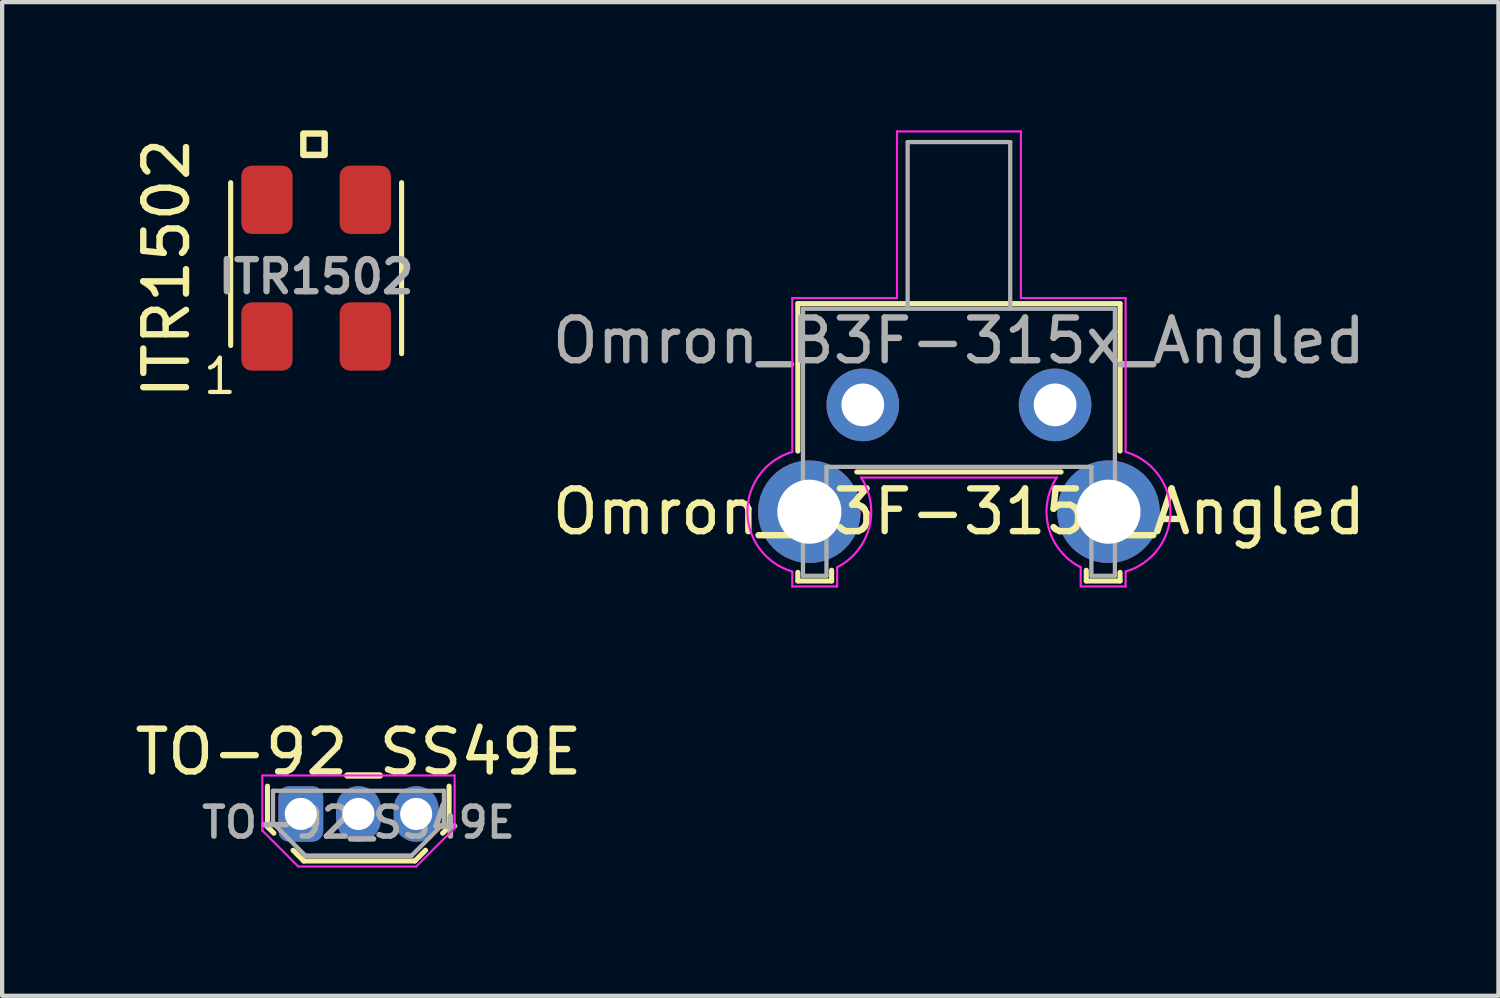
<source format=kicad_pcb>
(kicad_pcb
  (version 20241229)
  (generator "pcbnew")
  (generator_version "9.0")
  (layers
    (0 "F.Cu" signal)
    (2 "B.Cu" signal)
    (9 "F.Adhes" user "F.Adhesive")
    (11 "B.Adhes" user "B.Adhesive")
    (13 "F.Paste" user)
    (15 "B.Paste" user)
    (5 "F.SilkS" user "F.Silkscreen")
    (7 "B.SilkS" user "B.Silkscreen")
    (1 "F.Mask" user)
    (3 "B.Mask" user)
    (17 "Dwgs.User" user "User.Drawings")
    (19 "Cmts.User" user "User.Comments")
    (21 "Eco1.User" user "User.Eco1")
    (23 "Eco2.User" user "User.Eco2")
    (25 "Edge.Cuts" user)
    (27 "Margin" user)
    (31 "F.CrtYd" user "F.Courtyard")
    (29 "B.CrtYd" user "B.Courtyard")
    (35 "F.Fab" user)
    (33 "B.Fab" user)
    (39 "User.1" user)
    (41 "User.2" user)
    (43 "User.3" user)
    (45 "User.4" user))
  (footprint "TO-92_SS49E"
    (layer "F.Cu")
    (at 5.339 15.998)
    (property "Reference" "TO-92_SS49E" (at 0 -1.45 0) (layer "F.SilkS") (effects (font (size 1 1) (thickness 0.15))))
    (attr through_hole)
    (fp_line (start -2.13 0.3) (end -2.13 -0.65) (stroke (width 0.12) (type solid)) (layer "F.SilkS"))
    (fp_line (start -1.98 0.45) (end -2.13 0.3) (stroke (width 0.12) (type solid)) (layer "F.SilkS"))
    (fp_line (start -1.28 1.1) (end -1.53 0.85) (stroke (width 0.12) (type solid)) (layer "F.SilkS"))
    (fp_line (start -1.28 1.1) (end 1.32 1.1) (stroke (width 0.12) (type solid)) (layer "F.SilkS"))
    (fp_line (start 1.32 1.1) (end 1.57 0.85) (stroke (width 0.12) (type solid)) (layer "F.SilkS"))
    (fp_line (start 1.97 0.45) (end 2.12 0.3) (stroke (width 0.12) (type solid)) (layer "F.SilkS"))
    (fp_line (start 2.12 -0.65) (end 2.12 0.3) (stroke (width 0.12) (type solid)) (layer "F.SilkS"))
    (fp_line (start -2.25 -0.9) (end 2.25 -0.9) (stroke (width 0.05) (type solid)) (layer "F.CrtYd"))
    (fp_line (start -2.25 0.39) (end -2.25 -0.9) (stroke (width 0.05) (type solid)) (layer "F.CrtYd"))
    (fp_line (start -1.41 1.23) (end -2.25 0.39) (stroke (width 0.05) (type solid)) (layer "F.CrtYd"))
    (fp_line (start 1.35 1.23) (end -1.41 1.23) (stroke (width 0.05) (type solid)) (layer "F.CrtYd"))
    (fp_line (start 2.25 -0.9) (end 2.25 0.33) (stroke (width 0.05) (type solid)) (layer "F.CrtYd"))
    (fp_line (start 2.25 0.33) (end 1.35 1.23) (stroke (width 0.05) (type solid)) (layer "F.CrtYd"))
    (fp_line (start -2 -0.542) (end -2 0.217) (stroke (width 0.1) (type solid)) (layer "F.Fab"))
    (fp_line (start -1.24 0.978) (end -2 0.217) (stroke (width 0.1) (type solid)) (layer "F.Fab"))
    (fp_line (start 1.24 0.978) (end -1.24 0.978) (stroke (width 0.1) (type solid)) (layer "F.Fab"))
    (fp_line (start 1.24 0.978) (end -1.24 0.978) (stroke (width 0.1) (type solid)) (layer "F.Fab"))
    (fp_line (start 2 -0.542) (end -2 -0.542) (stroke (width 0.1) (type solid)) (layer "F.Fab"))
    (fp_line (start 2 -0.542) (end 2 0.217) (stroke (width 0.1) (type solid)) (layer "F.Fab"))
    (fp_line (start 2 0.217) (end 1.24 0.978) (stroke (width 0.1) (type solid)) (layer "F.Fab"))
    (fp_text user "${REFERENCE}" (at 0 0.2 0) (layer "F.Fab") (effects (font (size 0.7 0.7) (thickness 0.13))))
    (pad "1" thru_hole roundrect (at -1.35 0) (size 1.05 1.3) (drill 0.75) (layers "*.Cu" "*.Mask") (roundrect_rratio 0.238))
    (pad "2" thru_hole oval (at 0 0) (size 1.05 1.3) (drill 0.75) (layers "*.Cu" "*.Mask"))
    (pad "3" thru_hole oval (at 1.35 0) (size 1.05 1.3) (drill 0.75) (layers "*.Cu" "*.Mask")))
  (footprint "ITR1502"
    (layer "F.Cu")
    (at 4.348 3.225)
    (property "Reference" "ITR1502" (at -3.5 0 90) (layer "F.SilkS") (effects (font (size 1 1) (thickness 0.15))))
    (attr smd)
    (fp_line (start -2 -2) (end -2 1.81) (stroke (width 0.12) (type default)) (layer "F.SilkS"))
    (fp_line (start 2 -2) (end 2 2) (stroke (width 0.12) (type default)) (layer "F.SilkS"))
    (fp_rect (start -0.3 -3.15) (end 0.2 -2.65) (stroke (width 0.15) (type default)) (fill no) (layer "F.SilkS"))
    (fp_text user "1" (at -2.7 3 0) (unlocked yes) (layer "F.SilkS") (effects (font (size 0.8 0.8) (thickness 0.1)) (justify left bottom)))
    (fp_text user "${REFERENCE}" (at 0 0.2 0) (layer "F.Fab") (effects (font (size 0.75 0.75) (thickness 0.15))))
    (pad "1" smd roundrect (at -1.15 1.6) (size 1.2 1.6) (layers "F.Cu" "F.Mask" "F.Paste") (roundrect_rratio 0.2))
    (pad "2" smd roundrect (at 1.15 1.6) (size 1.2 1.6) (layers "F.Cu" "F.Mask" "F.Paste") (roundrect_rratio 0.2))
    (pad "3" smd roundrect (at 1.15 -1.6) (size 1.2 1.6) (layers "F.Cu" "F.Mask" "F.Paste") (roundrect_rratio 0.2))
    (pad "4" smd roundrect (at -1.15 -1.6) (size 1.2 1.6) (layers "F.Cu" "F.Mask" "F.Paste") (roundrect_rratio 0.2)))
  (footprint "Omron_B3F-315x_Angled"
    (layer "F.Cu")
    (at 17.141 6.425)
    (property "Reference" "Omron_B3F-315x_Angled" (at 2.25 2.5 0) (layer "F.SilkS") (effects (font (size 1 1) (thickness 0.15))))
    (attr through_hole)
    (fp_line (start -1.52 -2.37) (end -1.52 1.08) (stroke (width 0.12) (type solid)) (layer "F.SilkS"))
    (fp_line (start -1.52 3.92) (end -1.52 4.12) (stroke (width 0.12) (type solid)) (layer "F.SilkS"))
    (fp_line (start -0.73 4.12) (end -1.52 4.12) (stroke (width 0.12) (type solid)) (layer "F.SilkS"))
    (fp_line (start -0.73 4.12) (end -0.73 3.87) (stroke (width 0.12) (type solid)) (layer "F.SilkS"))
    (fp_line (start -0.14 1.57) (end 4.64 1.57) (stroke (width 0.12) (type solid)) (layer "F.SilkS"))
    (fp_line (start 5.23 4.12) (end 5.23 3.87) (stroke (width 0.12) (type solid)) (layer "F.SilkS"))
    (fp_line (start 6.02 -2.37) (end -1.52 -2.37) (stroke (width 0.12) (type solid)) (layer "F.SilkS"))
    (fp_line (start 6.02 1.08) (end 6.02 -2.37) (stroke (width 0.12) (type solid)) (layer "F.SilkS"))
    (fp_line (start 6.02 3.92) (end 6.02 4.12) (stroke (width 0.12) (type solid)) (layer "F.SilkS"))
    (fp_line (start 6.02 4.12) (end 5.23 4.12) (stroke (width 0.12) (type solid)) (layer "F.SilkS"))
    (fp_line (start -1.65 1.1) (end -1.65 -2.5) (stroke (width 0.05) (type solid)) (layer "F.CrtYd"))
    (fp_line (start -1.65 4.25) (end -1.65 3.9) (stroke (width 0.05) (type solid)) (layer "F.CrtYd"))
    (fp_line (start -0.6 4.25) (end -1.65 4.25) (stroke (width 0.05) (type solid)) (layer "F.CrtYd"))
    (fp_line (start -0.6 4.25) (end -0.6 3.8) (stroke (width 0.05) (type solid)) (layer "F.CrtYd"))
    (fp_line (start -0.04 1.7) (end 4.54 1.7) (stroke (width 0.05) (type solid)) (layer "F.CrtYd"))
    (fp_line (start 0.8 -6.4) (end 0.8 -2.5) (stroke (width 0.05) (type solid)) (layer "F.CrtYd"))
    (fp_line (start 0.8 -2.5) (end -1.65 -2.5) (stroke (width 0.05) (type solid)) (layer "F.CrtYd"))
    (fp_line (start 3.7 -6.4) (end 0.8 -6.4) (stroke (width 0.05) (type solid)) (layer "F.CrtYd"))
    (fp_line (start 3.7 -2.5) (end 3.7 -6.4) (stroke (width 0.05) (type solid)) (layer "F.CrtYd"))
    (fp_line (start 5.1 4.25) (end 5.1 3.8) (stroke (width 0.05) (type solid)) (layer "F.CrtYd"))
    (fp_line (start 5.1 4.25) (end 6.15 4.25) (stroke (width 0.05) (type solid)) (layer "F.CrtYd"))
    (fp_line (start 6.15 -2.5) (end 3.7 -2.5) (stroke (width 0.05) (type solid)) (layer "F.CrtYd"))
    (fp_line (start 6.15 1.1) (end 6.15 -2.5) (stroke (width 0.05) (type solid)) (layer "F.CrtYd"))
    (fp_line (start 6.15 4.25) (end 6.15 3.9) (stroke (width 0.05) (type solid)) (layer "F.CrtYd"))
    (fp_arc (start -1.65 3.9) (mid -2.7 2.5) (end -1.65 1.1) (stroke (width 0.05) (type solid)) (layer "F.CrtYd"))
    (fp_arc (start -0.04 1.7) (mid 0.15 2.87) (end -0.6 3.8) (stroke (width 0.05) (type solid)) (layer "F.CrtYd"))
    (fp_arc (start 5.1 3.8) (mid 4.35 2.88) (end 4.54 1.7) (stroke (width 0.05) (type solid)) (layer "F.CrtYd"))
    (fp_arc (start 6.15 1.1) (mid 7.2 2.5) (end 6.15 3.9) (stroke (width 0.05) (type solid)) (layer "F.CrtYd"))
    (fp_line (start -1.4 4) (end -1.4 -2.25) (stroke (width 0.1) (type solid)) (layer "F.Fab"))
    (fp_line (start -0.85 1.45) (end -0.85 4) (stroke (width 0.1) (type solid)) (layer "F.Fab"))
    (fp_line (start -0.85 4) (end -1.4 4) (stroke (width 0.1) (type solid)) (layer "F.Fab"))
    (fp_line (start 1.05 -6.15) (end 3.45 -6.15) (stroke (width 0.1) (type solid)) (layer "F.Fab"))
    (fp_line (start 1.05 -2.25) (end 1.05 -6.15) (stroke (width 0.1) (type solid)) (layer "F.Fab"))
    (fp_line (start 3.45 -2.25) (end 3.45 -6.15) (stroke (width 0.1) (type solid)) (layer "F.Fab"))
    (fp_line (start 5.35 1.45) (end -0.85 1.45) (stroke (width 0.1) (type solid)) (layer "F.Fab"))
    (fp_line (start 5.35 1.45) (end 5.35 4) (stroke (width 0.1) (type solid)) (layer "F.Fab"))
    (fp_line (start 5.9 -2.25) (end -1.4 -2.25) (stroke (width 0.1) (type solid)) (layer "F.Fab"))
    (fp_line (start 5.9 -2.25) (end 5.9 4) (stroke (width 0.1) (type solid)) (layer "F.Fab"))
    (fp_line (start 5.9 4) (end 5.35 4) (stroke (width 0.1) (type solid)) (layer "F.Fab"))
    (fp_text user "${REFERENCE}" (at 2.25 -1.5 0) (layer "F.Fab") (effects (font (size 1 1) (thickness 0.15))))
    (pad "" thru_hole circle (at -1.25 2.5 180) (size 2.4 2.4) (drill 1.5) (layers "*.Cu" "*.Mask"))
    (pad "" thru_hole circle (at 5.75 2.5 180) (size 2.4 2.4) (drill 1.5) (layers "*.Cu" "*.Mask"))
    (pad "1" thru_hole circle (at 0 0 180) (size 1.7 1.7) (drill 1) (layers "*.Cu" "*.Mask"))
    (pad "2" thru_hole circle (at 4.5 0 180) (size 1.7 1.7) (drill 1) (layers "*.Cu" "*.Mask")))
  (gr_rect
    (start -3 -3)
    (end 32.016 20.253)
    (stroke (width 0.1) (type default))
    (fill no)
    (layer "Edge.Cuts")))
</source>
